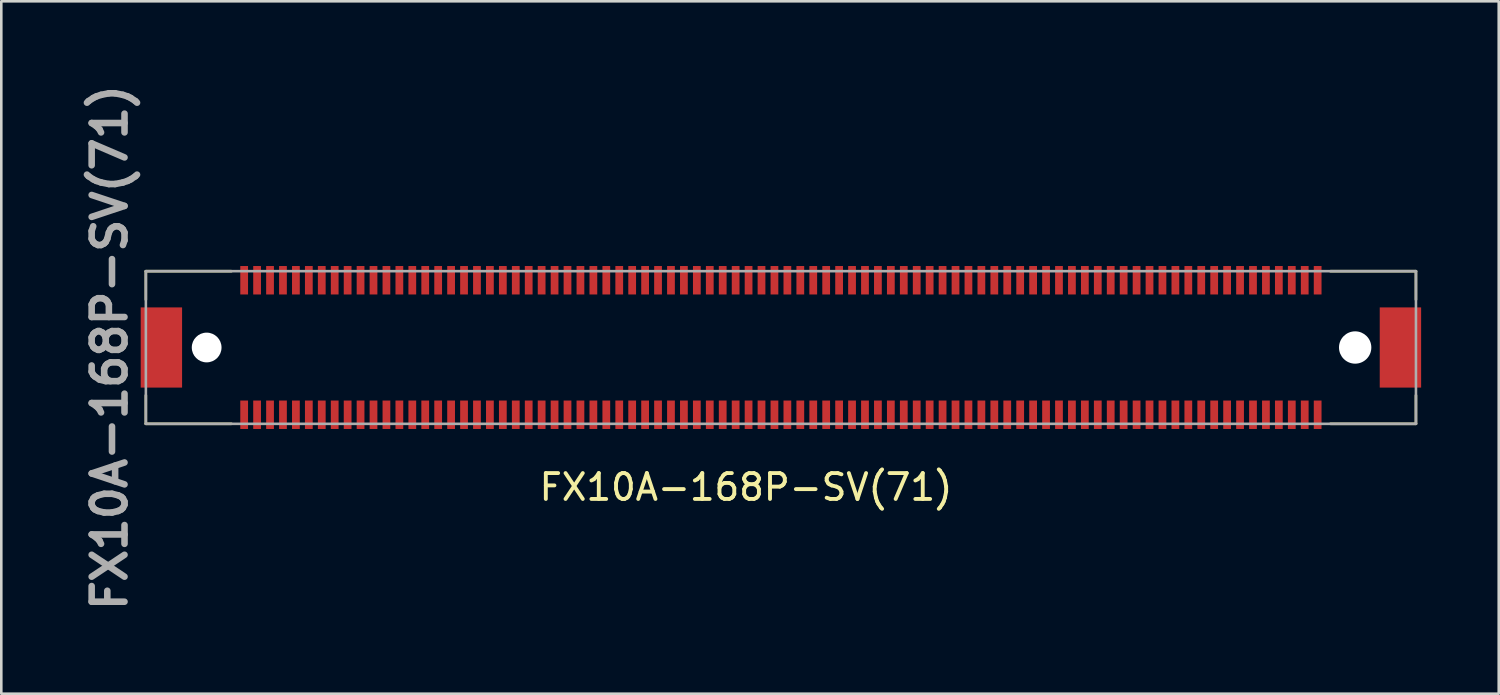
<source format=kicad_pcb>
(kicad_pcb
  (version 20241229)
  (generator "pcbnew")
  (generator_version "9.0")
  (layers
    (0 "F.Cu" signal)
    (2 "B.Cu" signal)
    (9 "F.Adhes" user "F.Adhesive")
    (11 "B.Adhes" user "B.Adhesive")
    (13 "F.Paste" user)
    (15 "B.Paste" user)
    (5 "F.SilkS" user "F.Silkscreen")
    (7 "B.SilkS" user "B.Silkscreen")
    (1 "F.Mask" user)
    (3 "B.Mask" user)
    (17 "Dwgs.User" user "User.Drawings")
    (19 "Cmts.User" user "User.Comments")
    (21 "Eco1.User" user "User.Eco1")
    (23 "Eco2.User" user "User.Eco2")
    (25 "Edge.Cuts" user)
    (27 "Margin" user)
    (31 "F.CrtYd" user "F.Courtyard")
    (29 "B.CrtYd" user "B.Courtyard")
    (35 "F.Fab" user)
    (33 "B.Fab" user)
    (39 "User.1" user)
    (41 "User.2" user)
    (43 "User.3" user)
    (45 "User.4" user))
  (footprint "FX10A-168P-SV(71)"
    (layer "F.Cu")
    (at 25.689 10.384)
    (property "Reference" "FX10A-168P-SV(71)" (at 0.1 5.4 0) (unlocked yes) (layer "F.SilkS") (effects (font (size 1 1) (thickness 0.15))))
    (attr smd)
    (fp_line (start -23.1 -2.95) (end -23.1 -1.848) (stroke (width 0.1) (type solid)) (layer "F.SilkS"))
    (fp_line (start -23.1 -2.95) (end -19.793 -2.95) (stroke (width 0.1) (type solid)) (layer "F.SilkS"))
    (fp_line (start -23.1 2.95) (end -23.1 1.848) (stroke (width 0.1) (type solid)) (layer "F.SilkS"))
    (fp_line (start -23.1 2.95) (end -19.793 2.95) (stroke (width 0.1) (type solid)) (layer "F.SilkS"))
    (fp_line (start 26 -2.95) (end 22.693 -2.95) (stroke (width 0.1) (type solid)) (layer "F.SilkS"))
    (fp_line (start 26 -2.95) (end 26 -1.848) (stroke (width 0.1) (type solid)) (layer "F.SilkS"))
    (fp_line (start 26 2.95) (end 22.693 2.95) (stroke (width 0.1) (type solid)) (layer "F.SilkS"))
    (fp_line (start 26 2.95) (end 26 1.848) (stroke (width 0.1) (type solid)) (layer "F.SilkS"))
    (fp_line (start -23.1 -2.95) (end 26 -2.95) (stroke (width 0.1) (type solid)) (layer "F.Fab"))
    (fp_line (start -23.1 2.95) (end -23.1 -2.95) (stroke (width 0.1) (type solid)) (layer "F.Fab"))
    (fp_line (start 26 -2.95) (end 26 2.95) (stroke (width 0.1) (type solid)) (layer "F.Fab"))
    (fp_line (start 26 2.95) (end -23.1 2.95) (stroke (width 0.1) (type solid)) (layer "F.Fab"))
    (fp_text user "${REFERENCE}" (at -24.5 0 270) (layer "F.Fab") (effects (font (size 1.27 1.27) (thickness 0.254))))
    (pad "" np_thru_hole circle (at -20.75 0) (size 1.15 1.15) (drill 1.15) (layers "*.Cu" "*.Mask"))
    (pad "" np_thru_hole circle (at 23.65 0) (size 1.25 1.25) (drill 1.25) (layers "*.Cu" "*.Mask"))
    (pad "1" smd rect (at -19.3 2.6) (size 0.3 1.1) (layers "F.Cu" "F.Mask" "F.Paste"))
    (pad "2" smd rect (at -18.8 2.6) (size 0.3 1.1) (layers "F.Cu" "F.Mask" "F.Paste"))
    (pad "3" smd rect (at -18.3 2.6) (size 0.3 1.1) (layers "F.Cu" "F.Mask" "F.Paste"))
    (pad "4" smd rect (at -17.8 2.6) (size 0.3 1.1) (layers "F.Cu" "F.Mask" "F.Paste"))
    (pad "5" smd rect (at -17.3 2.6) (size 0.3 1.1) (layers "F.Cu" "F.Mask" "F.Paste"))
    (pad "6" smd rect (at -16.8 2.6) (size 0.3 1.1) (layers "F.Cu" "F.Mask" "F.Paste"))
    (pad "7" smd rect (at -16.3 2.6) (size 0.3 1.1) (layers "F.Cu" "F.Mask" "F.Paste"))
    (pad "8" smd rect (at -15.8 2.6) (size 0.3 1.1) (layers "F.Cu" "F.Mask" "F.Paste"))
    (pad "9" smd rect (at -15.3 2.6) (size 0.3 1.1) (layers "F.Cu" "F.Mask" "F.Paste"))
    (pad "10" smd rect (at -14.8 2.6) (size 0.3 1.1) (layers "F.Cu" "F.Mask" "F.Paste"))
    (pad "11" smd rect (at -14.3 2.6) (size 0.3 1.1) (layers "F.Cu" "F.Mask" "F.Paste"))
    (pad "12" smd rect (at -13.8 2.6) (size 0.3 1.1) (layers "F.Cu" "F.Mask" "F.Paste"))
    (pad "13" smd rect (at -13.3 2.6) (size 0.3 1.1) (layers "F.Cu" "F.Mask" "F.Paste"))
    (pad "14" smd rect (at -12.8 2.6) (size 0.3 1.1) (layers "F.Cu" "F.Mask" "F.Paste"))
    (pad "15" smd rect (at -12.3 2.6) (size 0.3 1.1) (layers "F.Cu" "F.Mask" "F.Paste"))
    (pad "16" smd rect (at -11.8 2.6) (size 0.3 1.1) (layers "F.Cu" "F.Mask" "F.Paste"))
    (pad "17" smd rect (at -11.3 2.6) (size 0.3 1.1) (layers "F.Cu" "F.Mask" "F.Paste"))
    (pad "18" smd rect (at -10.8 2.6) (size 0.3 1.1) (layers "F.Cu" "F.Mask" "F.Paste"))
    (pad "19" smd rect (at -10.3 2.6) (size 0.3 1.1) (layers "F.Cu" "F.Mask" "F.Paste"))
    (pad "20" smd rect (at -9.8 2.6) (size 0.3 1.1) (layers "F.Cu" "F.Mask" "F.Paste"))
    (pad "21" smd rect (at -9.3 2.6) (size 0.3 1.1) (layers "F.Cu" "F.Mask" "F.Paste"))
    (pad "22" smd rect (at -8.8 2.6) (size 0.3 1.1) (layers "F.Cu" "F.Mask" "F.Paste"))
    (pad "23" smd rect (at -8.3 2.6) (size 0.3 1.1) (layers "F.Cu" "F.Mask" "F.Paste"))
    (pad "24" smd rect (at -7.8 2.6) (size 0.3 1.1) (layers "F.Cu" "F.Mask" "F.Paste"))
    (pad "25" smd rect (at -7.3 2.6) (size 0.3 1.1) (layers "F.Cu" "F.Mask" "F.Paste"))
    (pad "26" smd rect (at -6.8 2.6) (size 0.3 1.1) (layers "F.Cu" "F.Mask" "F.Paste"))
    (pad "27" smd rect (at -6.3 2.6) (size 0.3 1.1) (layers "F.Cu" "F.Mask" "F.Paste"))
    (pad "28" smd rect (at -5.8 2.6) (size 0.3 1.1) (layers "F.Cu" "F.Mask" "F.Paste"))
    (pad "29" smd rect (at -5.3 2.6) (size 0.3 1.1) (layers "F.Cu" "F.Mask" "F.Paste"))
    (pad "30" smd rect (at -4.8 2.6) (size 0.3 1.1) (layers "F.Cu" "F.Mask" "F.Paste"))
    (pad "31" smd rect (at -4.3 2.6) (size 0.3 1.1) (layers "F.Cu" "F.Mask" "F.Paste"))
    (pad "32" smd rect (at -3.8 2.6) (size 0.3 1.1) (layers "F.Cu" "F.Mask" "F.Paste"))
    (pad "33" smd rect (at -3.3 2.6) (size 0.3 1.1) (layers "F.Cu" "F.Mask" "F.Paste"))
    (pad "34" smd rect (at -2.8 2.6) (size 0.3 1.1) (layers "F.Cu" "F.Mask" "F.Paste"))
    (pad "35" smd rect (at -2.3 2.6) (size 0.3 1.1) (layers "F.Cu" "F.Mask" "F.Paste"))
    (pad "36" smd rect (at -1.8 2.6) (size 0.3 1.1) (layers "F.Cu" "F.Mask" "F.Paste"))
    (pad "37" smd rect (at -1.3 2.6) (size 0.3 1.1) (layers "F.Cu" "F.Mask" "F.Paste"))
    (pad "38" smd rect (at -0.8 2.6) (size 0.3 1.1) (layers "F.Cu" "F.Mask" "F.Paste"))
    (pad "39" smd rect (at -0.3 2.6) (size 0.3 1.1) (layers "F.Cu" "F.Mask" "F.Paste"))
    (pad "40" smd rect (at 0.2 2.6) (size 0.3 1.1) (layers "F.Cu" "F.Mask" "F.Paste"))
    (pad "41" smd rect (at 0.7 2.6) (size 0.3 1.1) (layers "F.Cu" "F.Mask" "F.Paste"))
    (pad "42" smd rect (at 1.2 2.6) (size 0.3 1.1) (layers "F.Cu" "F.Mask" "F.Paste"))
    (pad "43" smd rect (at 1.7 2.6) (size 0.3 1.1) (layers "F.Cu" "F.Mask" "F.Paste"))
    (pad "44" smd rect (at 2.2 2.6) (size 0.3 1.1) (layers "F.Cu" "F.Mask" "F.Paste"))
    (pad "45" smd rect (at 2.7 2.6) (size 0.3 1.1) (layers "F.Cu" "F.Mask" "F.Paste"))
    (pad "46" smd rect (at 3.2 2.6) (size 0.3 1.1) (layers "F.Cu" "F.Mask" "F.Paste"))
    (pad "47" smd rect (at 3.7 2.6) (size 0.3 1.1) (layers "F.Cu" "F.Mask" "F.Paste"))
    (pad "48" smd rect (at 4.2 2.6) (size 0.3 1.1) (layers "F.Cu" "F.Mask" "F.Paste"))
    (pad "49" smd rect (at 4.7 2.6) (size 0.3 1.1) (layers "F.Cu" "F.Mask" "F.Paste"))
    (pad "50" smd rect (at 5.2 2.6) (size 0.3 1.1) (layers "F.Cu" "F.Mask" "F.Paste"))
    (pad "51" smd rect (at 5.7 2.6) (size 0.3 1.1) (layers "F.Cu" "F.Mask" "F.Paste"))
    (pad "52" smd rect (at 6.2 2.6) (size 0.3 1.1) (layers "F.Cu" "F.Mask" "F.Paste"))
    (pad "53" smd rect (at 6.7 2.6) (size 0.3 1.1) (layers "F.Cu" "F.Mask" "F.Paste"))
    (pad "54" smd rect (at 7.2 2.6) (size 0.3 1.1) (layers "F.Cu" "F.Mask" "F.Paste"))
    (pad "55" smd rect (at 7.7 2.6) (size 0.3 1.1) (layers "F.Cu" "F.Mask" "F.Paste"))
    (pad "56" smd rect (at 8.2 2.6) (size 0.3 1.1) (layers "F.Cu" "F.Mask" "F.Paste"))
    (pad "57" smd rect (at 8.7 2.6) (size 0.3 1.1) (layers "F.Cu" "F.Mask" "F.Paste"))
    (pad "58" smd rect (at 9.2 2.6) (size 0.3 1.1) (layers "F.Cu" "F.Mask" "F.Paste"))
    (pad "59" smd rect (at 9.7 2.6) (size 0.3 1.1) (layers "F.Cu" "F.Mask" "F.Paste"))
    (pad "60" smd rect (at 10.2 2.6) (size 0.3 1.1) (layers "F.Cu" "F.Mask" "F.Paste"))
    (pad "61" smd rect (at 10.7 2.6) (size 0.3 1.1) (layers "F.Cu" "F.Mask" "F.Paste"))
    (pad "62" smd rect (at 11.2 2.6) (size 0.3 1.1) (layers "F.Cu" "F.Mask" "F.Paste"))
    (pad "63" smd rect (at 11.7 2.6) (size 0.3 1.1) (layers "F.Cu" "F.Mask" "F.Paste"))
    (pad "64" smd rect (at 12.2 2.6) (size 0.3 1.1) (layers "F.Cu" "F.Mask" "F.Paste"))
    (pad "65" smd rect (at 12.7 2.6) (size 0.3 1.1) (layers "F.Cu" "F.Mask" "F.Paste"))
    (pad "66" smd rect (at 13.2 2.6) (size 0.3 1.1) (layers "F.Cu" "F.Mask" "F.Paste"))
    (pad "67" smd rect (at 13.7 2.6) (size 0.3 1.1) (layers "F.Cu" "F.Mask" "F.Paste"))
    (pad "68" smd rect (at 14.2 2.6) (size 0.3 1.1) (layers "F.Cu" "F.Mask" "F.Paste"))
    (pad "69" smd rect (at 14.7 2.6) (size 0.3 1.1) (layers "F.Cu" "F.Mask" "F.Paste"))
    (pad "70" smd rect (at 15.2 2.6) (size 0.3 1.1) (layers "F.Cu" "F.Mask" "F.Paste"))
    (pad "71" smd rect (at 15.7 2.6) (size 0.3 1.1) (layers "F.Cu" "F.Mask" "F.Paste"))
    (pad "72" smd rect (at 16.2 2.6) (size 0.3 1.1) (layers "F.Cu" "F.Mask" "F.Paste"))
    (pad "73" smd rect (at 16.7 2.6) (size 0.3 1.1) (layers "F.Cu" "F.Mask" "F.Paste"))
    (pad "74" smd rect (at 17.2 2.6) (size 0.3 1.1) (layers "F.Cu" "F.Mask" "F.Paste"))
    (pad "75" smd rect (at 17.7 2.6) (size 0.3 1.1) (layers "F.Cu" "F.Mask" "F.Paste"))
    (pad "76" smd rect (at 18.2 2.6) (size 0.3 1.1) (layers "F.Cu" "F.Mask" "F.Paste"))
    (pad "77" smd rect (at 18.7 2.6) (size 0.3 1.1) (layers "F.Cu" "F.Mask" "F.Paste"))
    (pad "78" smd rect (at 19.2 2.6) (size 0.3 1.1) (layers "F.Cu" "F.Mask" "F.Paste"))
    (pad "79" smd rect (at 19.7 2.6) (size 0.3 1.1) (layers "F.Cu" "F.Mask" "F.Paste"))
    (pad "80" smd rect (at 20.2 2.6) (size 0.3 1.1) (layers "F.Cu" "F.Mask" "F.Paste"))
    (pad "81" smd rect (at 20.7 2.6) (size 0.3 1.1) (layers "F.Cu" "F.Mask" "F.Paste"))
    (pad "82" smd rect (at 21.2 2.6) (size 0.3 1.1) (layers "F.Cu" "F.Mask" "F.Paste"))
    (pad "83" smd rect (at 21.7 2.6) (size 0.3 1.1) (layers "F.Cu" "F.Mask" "F.Paste"))
    (pad "84" smd rect (at 22.2 2.6) (size 0.3 1.1) (layers "F.Cu" "F.Mask" "F.Paste"))
    (pad "85" smd rect (at 22.2 -2.6) (size 0.3 1.1) (layers "F.Cu" "F.Mask" "F.Paste"))
    (pad "86" smd rect (at 21.7 -2.6) (size 0.3 1.1) (layers "F.Cu" "F.Mask" "F.Paste"))
    (pad "87" smd rect (at 21.2 -2.6) (size 0.3 1.1) (layers "F.Cu" "F.Mask" "F.Paste"))
    (pad "88" smd rect (at 20.7 -2.6) (size 0.3 1.1) (layers "F.Cu" "F.Mask" "F.Paste"))
    (pad "89" smd rect (at 20.2 -2.6) (size 0.3 1.1) (layers "F.Cu" "F.Mask" "F.Paste"))
    (pad "90" smd rect (at 19.7 -2.6) (size 0.3 1.1) (layers "F.Cu" "F.Mask" "F.Paste"))
    (pad "91" smd rect (at 19.2 -2.6) (size 0.3 1.1) (layers "F.Cu" "F.Mask" "F.Paste"))
    (pad "92" smd rect (at 18.7 -2.6) (size 0.3 1.1) (layers "F.Cu" "F.Mask" "F.Paste"))
    (pad "93" smd rect (at 18.2 -2.6) (size 0.3 1.1) (layers "F.Cu" "F.Mask" "F.Paste"))
    (pad "94" smd rect (at 17.7 -2.6) (size 0.3 1.1) (layers "F.Cu" "F.Mask" "F.Paste"))
    (pad "95" smd rect (at 17.2 -2.6) (size 0.3 1.1) (layers "F.Cu" "F.Mask" "F.Paste"))
    (pad "96" smd rect (at 16.7 -2.6) (size 0.3 1.1) (layers "F.Cu" "F.Mask" "F.Paste"))
    (pad "97" smd rect (at 16.2 -2.6) (size 0.3 1.1) (layers "F.Cu" "F.Mask" "F.Paste"))
    (pad "98" smd rect (at 15.7 -2.6) (size 0.3 1.1) (layers "F.Cu" "F.Mask" "F.Paste"))
    (pad "99" smd rect (at 15.2 -2.6) (size 0.3 1.1) (layers "F.Cu" "F.Mask" "F.Paste"))
    (pad "100" smd rect (at 14.7 -2.6) (size 0.3 1.1) (layers "F.Cu" "F.Mask" "F.Paste"))
    (pad "101" smd rect (at 14.2 -2.6) (size 0.3 1.1) (layers "F.Cu" "F.Mask" "F.Paste"))
    (pad "102" smd rect (at 13.7 -2.6) (size 0.3 1.1) (layers "F.Cu" "F.Mask" "F.Paste"))
    (pad "103" smd rect (at 13.2 -2.6) (size 0.3 1.1) (layers "F.Cu" "F.Mask" "F.Paste"))
    (pad "104" smd rect (at 12.7 -2.6) (size 0.3 1.1) (layers "F.Cu" "F.Mask" "F.Paste"))
    (pad "105" smd rect (at 12.2 -2.6) (size 0.3 1.1) (layers "F.Cu" "F.Mask" "F.Paste"))
    (pad "106" smd rect (at 11.7 -2.6) (size 0.3 1.1) (layers "F.Cu" "F.Mask" "F.Paste"))
    (pad "107" smd rect (at 11.2 -2.6) (size 0.3 1.1) (layers "F.Cu" "F.Mask" "F.Paste"))
    (pad "108" smd rect (at 10.7 -2.6) (size 0.3 1.1) (layers "F.Cu" "F.Mask" "F.Paste"))
    (pad "109" smd rect (at 10.2 -2.6) (size 0.3 1.1) (layers "F.Cu" "F.Mask" "F.Paste"))
    (pad "110" smd rect (at 9.7 -2.6) (size 0.3 1.1) (layers "F.Cu" "F.Mask" "F.Paste"))
    (pad "111" smd rect (at 9.2 -2.6) (size 0.3 1.1) (layers "F.Cu" "F.Mask" "F.Paste"))
    (pad "112" smd rect (at 8.7 -2.6) (size 0.3 1.1) (layers "F.Cu" "F.Mask" "F.Paste"))
    (pad "113" smd rect (at 8.2 -2.6) (size 0.3 1.1) (layers "F.Cu" "F.Mask" "F.Paste"))
    (pad "114" smd rect (at 7.7 -2.6) (size 0.3 1.1) (layers "F.Cu" "F.Mask" "F.Paste"))
    (pad "115" smd rect (at 7.2 -2.6) (size 0.3 1.1) (layers "F.Cu" "F.Mask" "F.Paste"))
    (pad "116" smd rect (at 6.7 -2.6) (size 0.3 1.1) (layers "F.Cu" "F.Mask" "F.Paste"))
    (pad "117" smd rect (at 6.2 -2.6) (size 0.3 1.1) (layers "F.Cu" "F.Mask" "F.Paste"))
    (pad "118" smd rect (at 5.7 -2.6) (size 0.3 1.1) (layers "F.Cu" "F.Mask" "F.Paste"))
    (pad "119" smd rect (at 5.2 -2.6) (size 0.3 1.1) (layers "F.Cu" "F.Mask" "F.Paste"))
    (pad "120" smd rect (at 4.7 -2.6) (size 0.3 1.1) (layers "F.Cu" "F.Mask" "F.Paste"))
    (pad "121" smd rect (at 4.2 -2.6) (size 0.3 1.1) (layers "F.Cu" "F.Mask" "F.Paste"))
    (pad "122" smd rect (at 3.7 -2.6) (size 0.3 1.1) (layers "F.Cu" "F.Mask" "F.Paste"))
    (pad "123" smd rect (at 3.2 -2.6) (size 0.3 1.1) (layers "F.Cu" "F.Mask" "F.Paste"))
    (pad "124" smd rect (at 2.7 -2.6) (size 0.3 1.1) (layers "F.Cu" "F.Mask" "F.Paste"))
    (pad "125" smd rect (at 2.2 -2.6) (size 0.3 1.1) (layers "F.Cu" "F.Mask" "F.Paste"))
    (pad "126" smd rect (at 1.7 -2.6) (size 0.3 1.1) (layers "F.Cu" "F.Mask" "F.Paste"))
    (pad "127" smd rect (at 1.2 -2.6) (size 0.3 1.1) (layers "F.Cu" "F.Mask" "F.Paste"))
    (pad "128" smd rect (at 0.7 -2.6) (size 0.3 1.1) (layers "F.Cu" "F.Mask" "F.Paste"))
    (pad "129" smd rect (at 0.2 -2.6) (size 0.3 1.1) (layers "F.Cu" "F.Mask" "F.Paste"))
    (pad "130" smd rect (at -0.3 -2.6) (size 0.3 1.1) (layers "F.Cu" "F.Mask" "F.Paste"))
    (pad "131" smd rect (at -0.8 -2.6) (size 0.3 1.1) (layers "F.Cu" "F.Mask" "F.Paste"))
    (pad "132" smd rect (at -1.3 -2.6) (size 0.3 1.1) (layers "F.Cu" "F.Mask" "F.Paste"))
    (pad "133" smd rect (at -1.8 -2.6) (size 0.3 1.1) (layers "F.Cu" "F.Mask" "F.Paste"))
    (pad "134" smd rect (at -2.3 -2.6) (size 0.3 1.1) (layers "F.Cu" "F.Mask" "F.Paste"))
    (pad "135" smd rect (at -2.8 -2.6) (size 0.3 1.1) (layers "F.Cu" "F.Paste"))
    (pad "136" smd rect (at -3.3 -2.6) (size 0.3 1.1) (layers "F.Cu" "F.Mask" "F.Paste"))
    (pad "137" smd rect (at -3.8 -2.6) (size 0.3 1.1) (layers "F.Cu" "F.Mask" "F.Paste"))
    (pad "138" smd rect (at -4.3 -2.6) (size 0.3 1.1) (layers "F.Cu" "F.Mask" "F.Paste"))
    (pad "139" smd rect (at -4.8 -2.6) (size 0.3 1.1) (layers "F.Cu" "F.Mask" "F.Paste"))
    (pad "140" smd rect (at -5.3 -2.6) (size 0.3 1.1) (layers "F.Cu" "F.Mask" "F.Paste"))
    (pad "141" smd rect (at -5.8 -2.6) (size 0.3 1.1) (layers "F.Cu" "F.Mask" "F.Paste"))
    (pad "142" smd rect (at -6.3 -2.6) (size 0.3 1.1) (layers "F.Cu" "F.Mask" "F.Paste"))
    (pad "143" smd rect (at -6.8 -2.6) (size 0.3 1.1) (layers "F.Cu" "F.Mask" "F.Paste"))
    (pad "144" smd rect (at -7.3 -2.6) (size 0.3 1.1) (layers "F.Cu" "F.Mask" "F.Paste"))
    (pad "145" smd rect (at -7.8 -2.6) (size 0.3 1.1) (layers "F.Cu" "F.Mask" "F.Paste"))
    (pad "146" smd rect (at -8.3 -2.6) (size 0.3 1.1) (layers "F.Cu" "F.Mask" "F.Paste"))
    (pad "147" smd rect (at -8.8 -2.6) (size 0.3 1.1) (layers "F.Cu" "F.Mask" "F.Paste"))
    (pad "148" smd rect (at -9.3 -2.6) (size 0.3 1.1) (layers "F.Cu" "F.Mask" "F.Paste"))
    (pad "149" smd rect (at -9.8 -2.6) (size 0.3 1.1) (layers "F.Cu" "F.Mask" "F.Paste"))
    (pad "150" smd rect (at -10.3 -2.6) (size 0.3 1.1) (layers "F.Cu" "F.Mask" "F.Paste"))
    (pad "151" smd rect (at -10.8 -2.6) (size 0.3 1.1) (layers "F.Cu" "F.Mask" "F.Paste"))
    (pad "152" smd rect (at -11.3 -2.6) (size 0.3 1.1) (layers "F.Cu" "F.Mask" "F.Paste"))
    (pad "153" smd rect (at -11.8 -2.6) (size 0.3 1.1) (layers "F.Cu" "F.Mask" "F.Paste"))
    (pad "154" smd rect (at -12.3 -2.6) (size 0.3 1.1) (layers "F.Cu" "F.Mask" "F.Paste"))
    (pad "155" smd rect (at -12.8 -2.6) (size 0.3 1.1) (layers "F.Cu" "F.Mask" "F.Paste"))
    (pad "156" smd rect (at -13.3 -2.6) (size 0.3 1.1) (layers "F.Cu" "F.Mask" "F.Paste"))
    (pad "157" smd rect (at -13.8 -2.6) (size 0.3 1.1) (layers "F.Cu" "F.Mask" "F.Paste"))
    (pad "158" smd rect (at -14.3 -2.6) (size 0.3 1.1) (layers "F.Cu" "F.Mask" "F.Paste"))
    (pad "159" smd rect (at -14.8 -2.6) (size 0.3 1.1) (layers "F.Cu" "F.Mask" "F.Paste"))
    (pad "160" smd rect (at -15.3 -2.6) (size 0.3 1.1) (layers "F.Cu" "F.Mask" "F.Paste"))
    (pad "161" smd rect (at -15.8 -2.6) (size 0.3 1.1) (layers "F.Cu" "F.Mask" "F.Paste"))
    (pad "162" smd rect (at -16.3 -2.6) (size 0.3 1.1) (layers "F.Cu" "F.Mask" "F.Paste"))
    (pad "163" smd rect (at -16.8 -2.6) (size 0.3 1.1) (layers "F.Cu" "F.Mask" "F.Paste"))
    (pad "164" smd rect (at -17.3 -2.6) (size 0.3 1.1) (layers "F.Cu" "F.Mask" "F.Paste"))
    (pad "165" smd rect (at -17.8 -2.6) (size 0.3 1.1) (layers "F.Cu" "F.Mask" "F.Paste"))
    (pad "166" smd rect (at -18.3 -2.6) (size 0.3 1.1) (layers "F.Cu" "F.Mask" "F.Paste"))
    (pad "167" smd rect (at -18.8 -2.6) (size 0.3 1.1) (layers "F.Cu" "F.Mask" "F.Paste"))
    (pad "168" smd rect (at -19.3 -2.6) (size 0.3 1.1) (layers "F.Cu" "F.Mask" "F.Paste"))
    (pad "169" smd rect (at -22.5 0) (size 1.6 3.1) (layers "F.Cu" "F.Mask" "F.Paste"))
    (pad "170" smd rect (at 25.4 0) (size 1.6 3.1) (layers "F.Cu" "F.Mask" "F.Paste")))
  (gr_rect
    (start -3 -3)
    (end 54.889 23.768)
    (stroke (width 0.1) (type default))
    (fill no)
    (layer "Edge.Cuts")))
</source>
